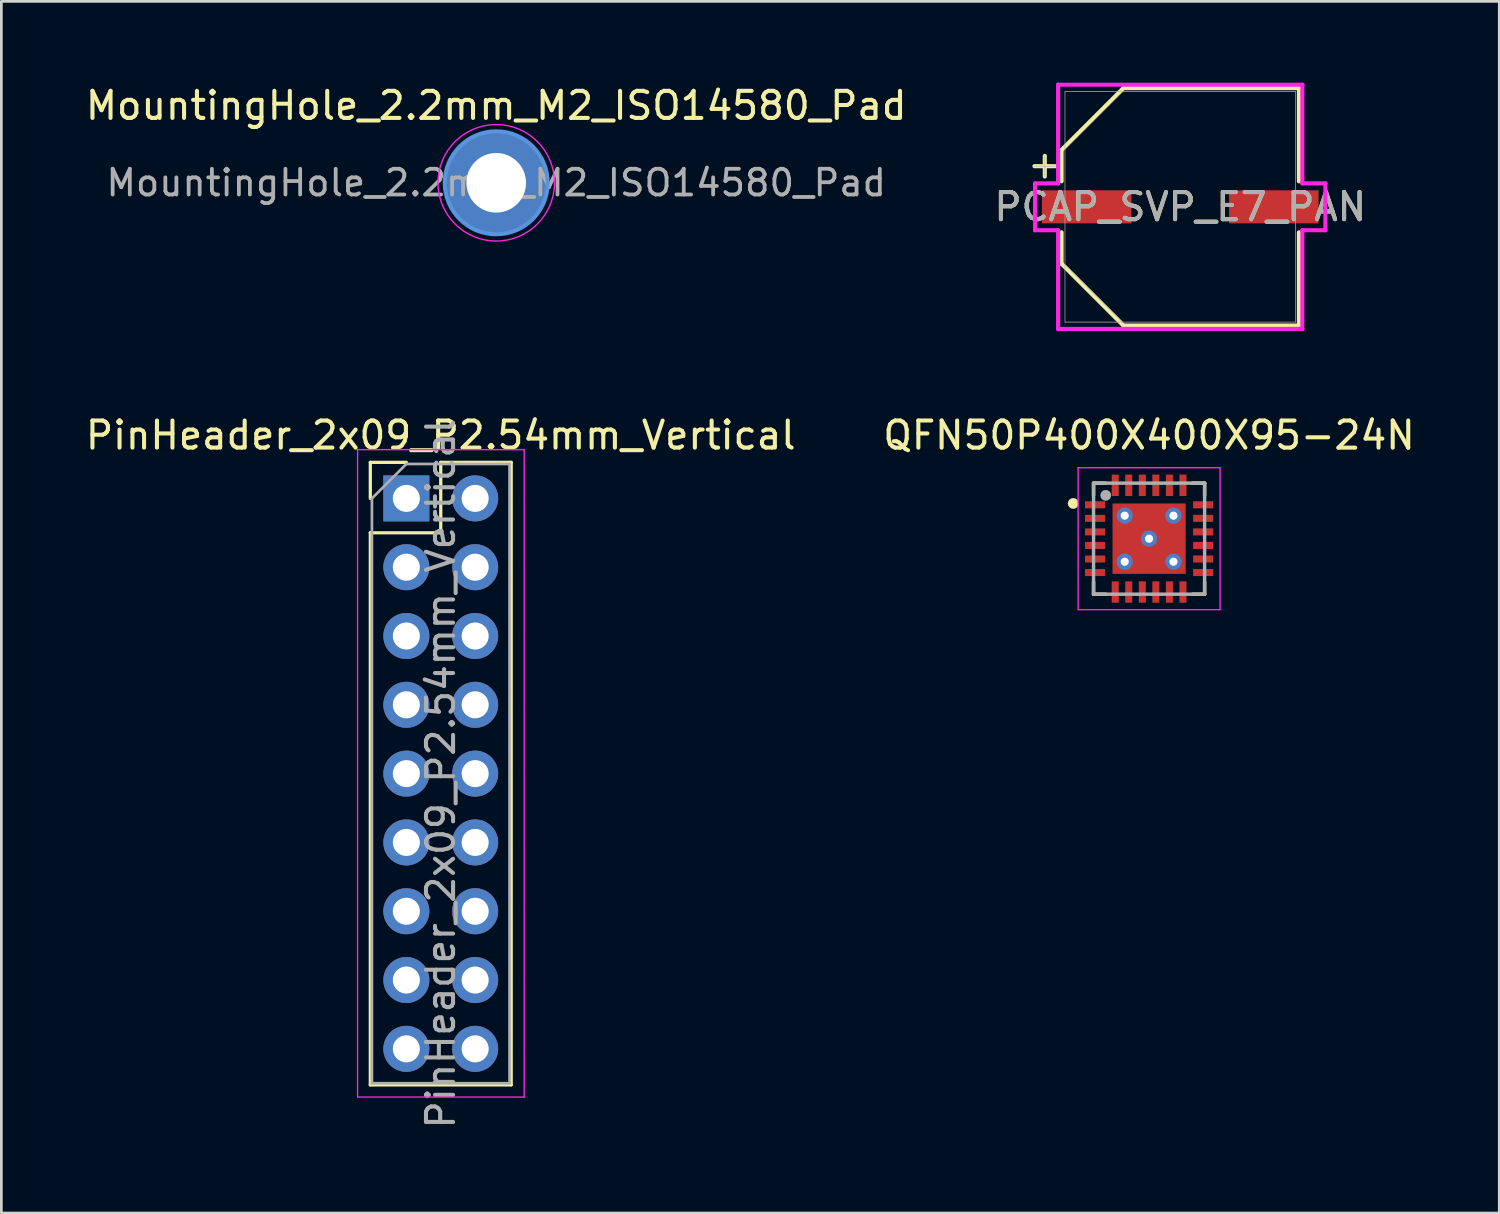
<source format=kicad_pcb>
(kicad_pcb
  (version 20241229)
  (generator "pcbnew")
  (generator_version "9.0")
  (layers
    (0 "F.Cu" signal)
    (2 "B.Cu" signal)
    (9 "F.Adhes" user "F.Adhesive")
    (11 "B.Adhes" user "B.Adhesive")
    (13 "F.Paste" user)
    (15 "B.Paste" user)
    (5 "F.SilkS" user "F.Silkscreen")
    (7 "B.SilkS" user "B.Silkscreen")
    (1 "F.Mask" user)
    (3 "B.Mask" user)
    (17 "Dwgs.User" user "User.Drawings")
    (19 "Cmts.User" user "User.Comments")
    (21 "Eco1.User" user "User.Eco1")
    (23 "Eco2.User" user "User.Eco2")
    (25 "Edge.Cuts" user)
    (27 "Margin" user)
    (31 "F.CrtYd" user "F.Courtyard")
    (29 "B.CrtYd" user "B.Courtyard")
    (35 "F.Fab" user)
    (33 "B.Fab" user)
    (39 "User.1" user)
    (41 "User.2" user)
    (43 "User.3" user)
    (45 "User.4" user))
  (footprint "PCAP_SVP_E7_PAN"
    (layer "F.Cu")
    (at 40.518 4.585)
    (property "Reference" "PCAP_SVP_E7_PAN" (at 0 0 0) (unlocked yes) (layer "F.SilkS") (effects (font (size 1 1) (thickness 0.15))))
    (attr smd)
    (fp_line (start -5 -1.881) (end -5 -1.119) (stroke (width 0.152) (type solid)) (layer "F.SilkS"))
    (fp_line (start -4.619 -1.5) (end -5.381 -1.5) (stroke (width 0.152) (type solid)) (layer "F.SilkS"))
    (fp_line (start -4.381 -2.1) (end -4.381 -0.942) (stroke (width 0.152) (type solid)) (layer "F.SilkS"))
    (fp_line (start -4.381 2.1) (end -4.381 0.942) (stroke (width 0.152) (type solid)) (layer "F.SilkS"))
    (fp_line (start -2.1 -4.381) (end -4.381 -2.1) (stroke (width 0.152) (type solid)) (layer "F.SilkS"))
    (fp_line (start -2.1 4.381) (end -4.381 2.1) (stroke (width 0.152) (type solid)) (layer "F.SilkS"))
    (fp_line (start 4.381 -4.381) (end -2.1 -4.381) (stroke (width 0.152) (type solid)) (layer "F.SilkS"))
    (fp_line (start 4.381 -0.942) (end 4.381 -4.381) (stroke (width 0.152) (type solid)) (layer "F.SilkS"))
    (fp_line (start 4.381 4.381) (end -2.1 4.381) (stroke (width 0.152) (type solid)) (layer "F.SilkS"))
    (fp_line (start 4.381 4.381) (end 4.381 0.942) (stroke (width 0.152) (type solid)) (layer "F.SilkS"))
    (fp_line (start -5.359 -0.864) (end -4.508 -0.864) (stroke (width 0.152) (type solid)) (layer "F.CrtYd"))
    (fp_line (start -5.359 0.864) (end -5.359 -0.864) (stroke (width 0.152) (type solid)) (layer "F.CrtYd"))
    (fp_line (start -4.508 -4.508) (end 4.508 -4.508) (stroke (width 0.152) (type solid)) (layer "F.CrtYd"))
    (fp_line (start -4.508 -0.864) (end -4.508 -4.508) (stroke (width 0.152) (type solid)) (layer "F.CrtYd"))
    (fp_line (start -4.508 0.864) (end -5.359 0.864) (stroke (width 0.152) (type solid)) (layer "F.CrtYd"))
    (fp_line (start -4.508 4.508) (end -4.508 0.864) (stroke (width 0.152) (type solid)) (layer "F.CrtYd"))
    (fp_line (start 4.508 -4.508) (end 4.508 -0.864) (stroke (width 0.152) (type solid)) (layer "F.CrtYd"))
    (fp_line (start 4.508 -0.864) (end 5.359 -0.864) (stroke (width 0.152) (type solid)) (layer "F.CrtYd"))
    (fp_line (start 4.508 0.864) (end 4.508 4.508) (stroke (width 0.152) (type solid)) (layer "F.CrtYd"))
    (fp_line (start 4.508 4.508) (end -4.508 4.508) (stroke (width 0.152) (type solid)) (layer "F.CrtYd"))
    (fp_line (start 5.359 -0.864) (end 5.359 0.864) (stroke (width 0.152) (type solid)) (layer "F.CrtYd"))
    (fp_line (start 5.359 0.864) (end 4.508 0.864) (stroke (width 0.152) (type solid)) (layer "F.CrtYd"))
    (fp_line (start -5 -1.881) (end -5 -1.119) (stroke (width 0.025) (type solid)) (layer "F.Fab"))
    (fp_line (start -4.619 -1.5) (end -5.381 -1.5) (stroke (width 0.025) (type solid)) (layer "F.Fab"))
    (fp_line (start -4.255 -4.255) (end -4.255 4.255) (stroke (width 0.025) (type solid)) (layer "F.Fab"))
    (fp_line (start -4.255 -2.127) (end -2.127 -4.255) (stroke (width 0.025) (type solid)) (layer "F.Fab"))
    (fp_line (start -4.255 2.127) (end -2.127 4.255) (stroke (width 0.025) (type solid)) (layer "F.Fab"))
    (fp_line (start -4.255 4.255) (end 4.255 4.255) (stroke (width 0.025) (type solid)) (layer "F.Fab"))
    (fp_line (start 4.255 -4.255) (end -4.255 -4.255) (stroke (width 0.025) (type solid)) (layer "F.Fab"))
    (fp_line (start 4.255 4.255) (end 4.255 -4.255) (stroke (width 0.025) (type solid)) (layer "F.Fab"))
    (fp_text user "${REFERENCE}" (at 0 0 0) (unlocked yes) (layer "F.Fab") (effects (font (size 1 1) (thickness 0.15))))
    (pad "1" smd rect (at -3.454 0) (size 3.302 1.219) (layers "F.Cu" "F.Mask" "F.Paste"))
    (pad "2" smd rect (at 3.454 0) (size 3.302 1.219) (layers "F.Cu" "F.Mask" "F.Paste")))
  (footprint "MountingHole_2.2mm_M2_ISO14580_Pad"
    (layer "F.Cu")
    (at 15.268 3.698)
    (property "Reference" "MountingHole_2.2mm_M2_ISO14580_Pad" (at 0 -2.85 0) (layer "F.SilkS") (effects (font (size 1 1) (thickness 0.15))))
    (attr exclude_from_pos_files exclude_from_bom)
    (fp_circle (center 0 0) (end 1.9 0) (stroke (width 0.15) (type solid)) (fill no) (layer "Cmts.User"))
    (fp_circle (center 0 0) (end 2.15 0) (stroke (width 0.05) (type solid)) (fill no) (layer "F.CrtYd"))
    (fp_text user "${REFERENCE}" (at 0 0 0) (layer "F.Fab") (effects (font (size 0.95 0.95) (thickness 0.14))))
    (pad "1" thru_hole circle (at 0 0) (size 3.8 3.8) (drill 2.2) (layers "*.Cu" "*.Mask"))
    (zone (net_name "") (layers "F.Cu" "B.Cu") (hatch full 0.5) (connect_pads) (min_thickness 0.25) (filled_areas_thickness no) (keepout (tracks not_allowed) (vias not_allowed) (pads not_allowed) (copperpour not_allowed) (footprints allowed)) (placement (enabled no)) (fill) (polygon (pts (arc (start 12.767857 3.69825) (mid 17.767857 3.69825) (end 12.767857 3.69825))))))
  (footprint "PinHeader_2x09_P2.54mm_Vertical"
    (layer "F.Cu")
    (at 11.95 15.348)
    (property "Reference" "PinHeader_2x09_P2.54mm_Vertical" (at 1.27 -2.33 0) (layer "F.SilkS") (effects (font (size 1 1) (thickness 0.15))))
    (attr through_hole)
    (fp_line (start -1.33 -1.33) (end 0 -1.33) (stroke (width 0.12) (type solid)) (layer "F.SilkS"))
    (fp_line (start -1.33 0) (end -1.33 -1.33) (stroke (width 0.12) (type solid)) (layer "F.SilkS"))
    (fp_line (start -1.33 1.27) (end -1.33 21.65) (stroke (width 0.12) (type solid)) (layer "F.SilkS"))
    (fp_line (start -1.33 1.27) (end 1.27 1.27) (stroke (width 0.12) (type solid)) (layer "F.SilkS"))
    (fp_line (start -1.33 21.65) (end 3.87 21.65) (stroke (width 0.12) (type solid)) (layer "F.SilkS"))
    (fp_line (start 1.27 -1.33) (end 3.87 -1.33) (stroke (width 0.12) (type solid)) (layer "F.SilkS"))
    (fp_line (start 1.27 1.27) (end 1.27 -1.33) (stroke (width 0.12) (type solid)) (layer "F.SilkS"))
    (fp_line (start 3.87 -1.33) (end 3.87 21.65) (stroke (width 0.12) (type solid)) (layer "F.SilkS"))
    (fp_line (start -1.8 -1.8) (end -1.8 22.1) (stroke (width 0.05) (type solid)) (layer "F.CrtYd"))
    (fp_line (start -1.8 22.1) (end 4.35 22.1) (stroke (width 0.05) (type solid)) (layer "F.CrtYd"))
    (fp_line (start 4.35 -1.8) (end -1.8 -1.8) (stroke (width 0.05) (type solid)) (layer "F.CrtYd"))
    (fp_line (start 4.35 22.1) (end 4.35 -1.8) (stroke (width 0.05) (type solid)) (layer "F.CrtYd"))
    (fp_line (start -1.27 0) (end 0 -1.27) (stroke (width 0.1) (type solid)) (layer "F.Fab"))
    (fp_line (start -1.27 21.59) (end -1.27 0) (stroke (width 0.1) (type solid)) (layer "F.Fab"))
    (fp_line (start 0 -1.27) (end 3.81 -1.27) (stroke (width 0.1) (type solid)) (layer "F.Fab"))
    (fp_line (start 3.81 -1.27) (end 3.81 21.59) (stroke (width 0.1) (type solid)) (layer "F.Fab"))
    (fp_line (start 3.81 21.59) (end -1.27 21.59) (stroke (width 0.1) (type solid)) (layer "F.Fab"))
    (fp_text user "${REFERENCE}" (at 1.27 10.16 90) (layer "F.Fab") (effects (font (size 1 1) (thickness 0.15))))
    (pad "1" thru_hole rect (at 0 0) (size 1.7 1.7) (drill 1) (layers "*.Cu" "*.Mask"))
    (pad "2" thru_hole oval (at 0 2.54) (size 1.7 1.7) (drill 1) (layers "*.Cu" "*.Mask"))
    (pad "3" thru_hole oval (at 0 5.08) (size 1.7 1.7) (drill 1) (layers "*.Cu" "*.Mask"))
    (pad "4" thru_hole oval (at 0 7.62) (size 1.7 1.7) (drill 1) (layers "*.Cu" "*.Mask"))
    (pad "5" thru_hole oval (at 0 10.16) (size 1.7 1.7) (drill 1) (layers "*.Cu" "*.Mask"))
    (pad "6" thru_hole oval (at 0 12.7) (size 1.7 1.7) (drill 1) (layers "*.Cu" "*.Mask"))
    (pad "7" thru_hole oval (at 0 15.24) (size 1.7 1.7) (drill 1) (layers "*.Cu" "*.Mask"))
    (pad "8" thru_hole oval (at 0 17.78) (size 1.7 1.7) (drill 1) (layers "*.Cu" "*.Mask"))
    (pad "9" thru_hole oval (at 0 20.32) (size 1.7 1.7) (drill 1) (layers "*.Cu" "*.Mask"))
    (pad "10" thru_hole oval (at 2.54 20.32) (size 1.7 1.7) (drill 1) (layers "*.Cu" "*.Mask"))
    (pad "11" thru_hole oval (at 2.54 17.78) (size 1.7 1.7) (drill 1) (layers "*.Cu" "*.Mask"))
    (pad "12" thru_hole oval (at 2.54 15.24) (size 1.7 1.7) (drill 1) (layers "*.Cu" "*.Mask"))
    (pad "13" thru_hole oval (at 2.54 12.7) (size 1.7 1.7) (drill 1) (layers "*.Cu" "*.Mask"))
    (pad "14" thru_hole oval (at 2.54 10.16) (size 1.7 1.7) (drill 1) (layers "*.Cu" "*.Mask"))
    (pad "15" thru_hole oval (at 2.54 7.62) (size 1.7 1.7) (drill 1) (layers "*.Cu" "*.Mask"))
    (pad "16" thru_hole oval (at 2.54 5.08) (size 1.7 1.7) (drill 1) (layers "*.Cu" "*.Mask"))
    (pad "17" thru_hole oval (at 2.54 2.54) (size 1.7 1.7) (drill 1) (layers "*.Cu" "*.Mask"))
    (pad "18" thru_hole oval (at 2.54 0) (size 1.7 1.7) (drill 1) (layers "*.Cu" "*.Mask")))
  (footprint "QFN50P400X400X95-24N"
    (layer "F.Cu")
    (at 39.368 16.835)
    (property "Reference" "QFN50P400X400X95-24N" (at -0.00001 -3.816 0) (layer "F.SilkS") (effects (font (size 1.002 1.002) (thickness 0.15))))
    (attr smd)
    (fp_line (start -2.05 -2.05) (end -2.05 -1.6) (stroke (width 0.127) (type solid)) (layer "F.SilkS"))
    (fp_line (start -2.05 1.6) (end -2.05 2.05) (stroke (width 0.127) (type solid)) (layer "F.SilkS"))
    (fp_line (start -1.6 -2.05) (end -2.05 -2.05) (stroke (width 0.127) (type solid)) (layer "F.SilkS"))
    (fp_line (start -1.6 2.05) (end -2.05 2.05) (stroke (width 0.127) (type solid)) (layer "F.SilkS"))
    (fp_line (start 2.05 -2.05) (end 1.6 -2.05) (stroke (width 0.127) (type solid)) (layer "F.SilkS"))
    (fp_line (start 2.05 -2.05) (end 2.05 -1.6) (stroke (width 0.127) (type solid)) (layer "F.SilkS"))
    (fp_line (start 2.05 1.6) (end 2.05 2.05) (stroke (width 0.127) (type solid)) (layer "F.SilkS"))
    (fp_line (start 2.05 2.05) (end 1.6 2.05) (stroke (width 0.127) (type solid)) (layer "F.SilkS"))
    (fp_circle (center -2.8 -1.3) (end -2.7 -1.3) (stroke (width 0.2) (type solid)) (fill no) (layer "F.SilkS"))
    (fp_rect (start -1.3 -1.25) (end -0.2 -0.2) (stroke (width 0.1) (type solid)) (fill yes) (layer "F.Paste"))
    (fp_rect (start -1.3 0.2) (end -0.2 1.25) (stroke (width 0.1) (type solid)) (fill yes) (layer "F.Paste"))
    (fp_rect (start 0.2 -1.25) (end 1.3 -0.2) (stroke (width 0.1) (type solid)) (fill yes) (layer "F.Paste"))
    (fp_rect (start 0.2 0.2) (end 1.3 1.25) (stroke (width 0.1) (type solid)) (fill yes) (layer "F.Paste"))
    (fp_line (start -2.62 -2.62) (end 2.62 -2.62) (stroke (width 0.05) (type solid)) (layer "F.CrtYd"))
    (fp_line (start -2.62 2.62) (end -2.62 -2.62) (stroke (width 0.05) (type solid)) (layer "F.CrtYd"))
    (fp_line (start 2.62 -2.62) (end 2.62 2.62) (stroke (width 0.05) (type solid)) (layer "F.CrtYd"))
    (fp_line (start 2.62 2.62) (end -2.62 2.62) (stroke (width 0.05) (type solid)) (layer "F.CrtYd"))
    (fp_line (start -2.05 -2.05) (end 2.05 -2.05) (stroke (width 0.127) (type solid)) (layer "F.Fab"))
    (fp_line (start -2.05 2.05) (end -2.05 -2.05) (stroke (width 0.127) (type solid)) (layer "F.Fab"))
    (fp_line (start 2.05 -2.05) (end 2.05 2.05) (stroke (width 0.127) (type solid)) (layer "F.Fab"))
    (fp_line (start 2.05 2.05) (end -2.05 2.05) (stroke (width 0.127) (type solid)) (layer "F.Fab"))
    (fp_circle (center -1.6 -1.6) (end -1.5 -1.6) (stroke (width 0.2) (type solid)) (fill no) (layer "F.Fab"))
    (pad "1" smd rect (at -1.995 -1.25) (size 0.74 0.26) (layers "F.Cu" "F.Mask" "F.Paste"))
    (pad "2" smd rect (at -1.995 -0.75) (size 0.74 0.26) (layers "F.Cu" "F.Mask" "F.Paste"))
    (pad "3" smd rect (at -1.995 -0.25) (size 0.74 0.26) (layers "F.Cu" "F.Mask" "F.Paste"))
    (pad "4" smd rect (at -1.995 0.25) (size 0.74 0.26) (layers "F.Cu" "F.Mask" "F.Paste"))
    (pad "5" smd rect (at -1.995 0.75) (size 0.74 0.26) (layers "F.Cu" "F.Mask" "F.Paste"))
    (pad "6" smd rect (at -1.995 1.25) (size 0.74 0.26) (layers "F.Cu" "F.Mask" "F.Paste"))
    (pad "7" smd rect (at -1.25 1.97 90) (size 0.79 0.26) (layers "F.Cu" "F.Mask" "F.Paste"))
    (pad "8" smd rect (at -0.75 1.97 90) (size 0.79 0.26) (layers "F.Cu" "F.Mask" "F.Paste"))
    (pad "9" smd rect (at -0.25 1.97 90) (size 0.79 0.26) (layers "F.Cu" "F.Mask" "F.Paste"))
    (pad "10" smd rect (at 0.25 1.97 90) (size 0.79 0.26) (layers "F.Cu" "F.Mask" "F.Paste"))
    (pad "11" smd rect (at 0.75 1.97 90) (size 0.79 0.26) (layers "F.Cu" "F.Mask" "F.Paste"))
    (pad "12" smd rect (at 1.25 1.97 90) (size 0.79 0.26) (layers "F.Cu" "F.Mask" "F.Paste"))
    (pad "13" smd rect (at 1.995 1.25 180) (size 0.74 0.26) (layers "F.Cu" "F.Mask" "F.Paste"))
    (pad "14" smd rect (at 1.995 0.75 180) (size 0.74 0.26) (layers "F.Cu" "F.Mask" "F.Paste"))
    (pad "15" smd rect (at 1.995 0.25 180) (size 0.74 0.26) (layers "F.Cu" "F.Mask" "F.Paste"))
    (pad "16" smd rect (at 1.995 -0.25 180) (size 0.74 0.26) (layers "F.Cu" "F.Mask" "F.Paste"))
    (pad "17" smd rect (at 1.995 -0.75 180) (size 0.74 0.26) (layers "F.Cu" "F.Mask" "F.Paste"))
    (pad "18" smd rect (at 1.995 -1.25 180) (size 0.74 0.26) (layers "F.Cu" "F.Mask" "F.Paste"))
    (pad "19" smd rect (at 1.25 -1.97 270) (size 0.79 0.26) (layers "F.Cu" "F.Mask" "F.Paste"))
    (pad "20" smd rect (at 0.75 -1.97 270) (size 0.79 0.26) (layers "F.Cu" "F.Mask" "F.Paste"))
    (pad "21" smd rect (at 0.25 -1.97 270) (size 0.79 0.26) (layers "F.Cu" "F.Mask" "F.Paste"))
    (pad "22" smd rect (at -0.25 -1.97 270) (size 0.79 0.26) (layers "F.Cu" "F.Mask" "F.Paste"))
    (pad "23" smd rect (at -0.75 -1.97 270) (size 0.79 0.26) (layers "F.Cu" "F.Mask" "F.Paste"))
    (pad "24" smd rect (at -1.25 -1.97 270) (size 0.79 0.26) (layers "F.Cu" "F.Mask" "F.Paste"))
    (pad "25" thru_hole circle (at -0.9 -0.85) (size 0.6 0.6) (drill 0.3) (layers "*.Cu"))
    (pad "25" thru_hole circle (at -0.9 0.85) (size 0.6 0.6) (drill 0.3) (layers "*.Cu"))
    (pad "25" thru_hole circle (at 0 0) (size 0.6 0.6) (drill 0.3) (layers "*.Cu"))
    (pad "25" smd rect (at 0 0) (size 2.7 2.6) (layers "F.Cu" "F.Mask"))
    (pad "25" thru_hole circle (at 0.9 -0.85) (size 0.6 0.6) (drill 0.3) (layers "*.Cu"))
    (pad "25" thru_hole circle (at 0.9 0.85) (size 0.6 0.6) (drill 0.3) (layers "*.Cu")))
  (gr_rect
    (start -3 -3)
    (end 52.295 41.728)
    (stroke (width 0.1) (type default))
    (fill no)
    (layer "Edge.Cuts")))
</source>
